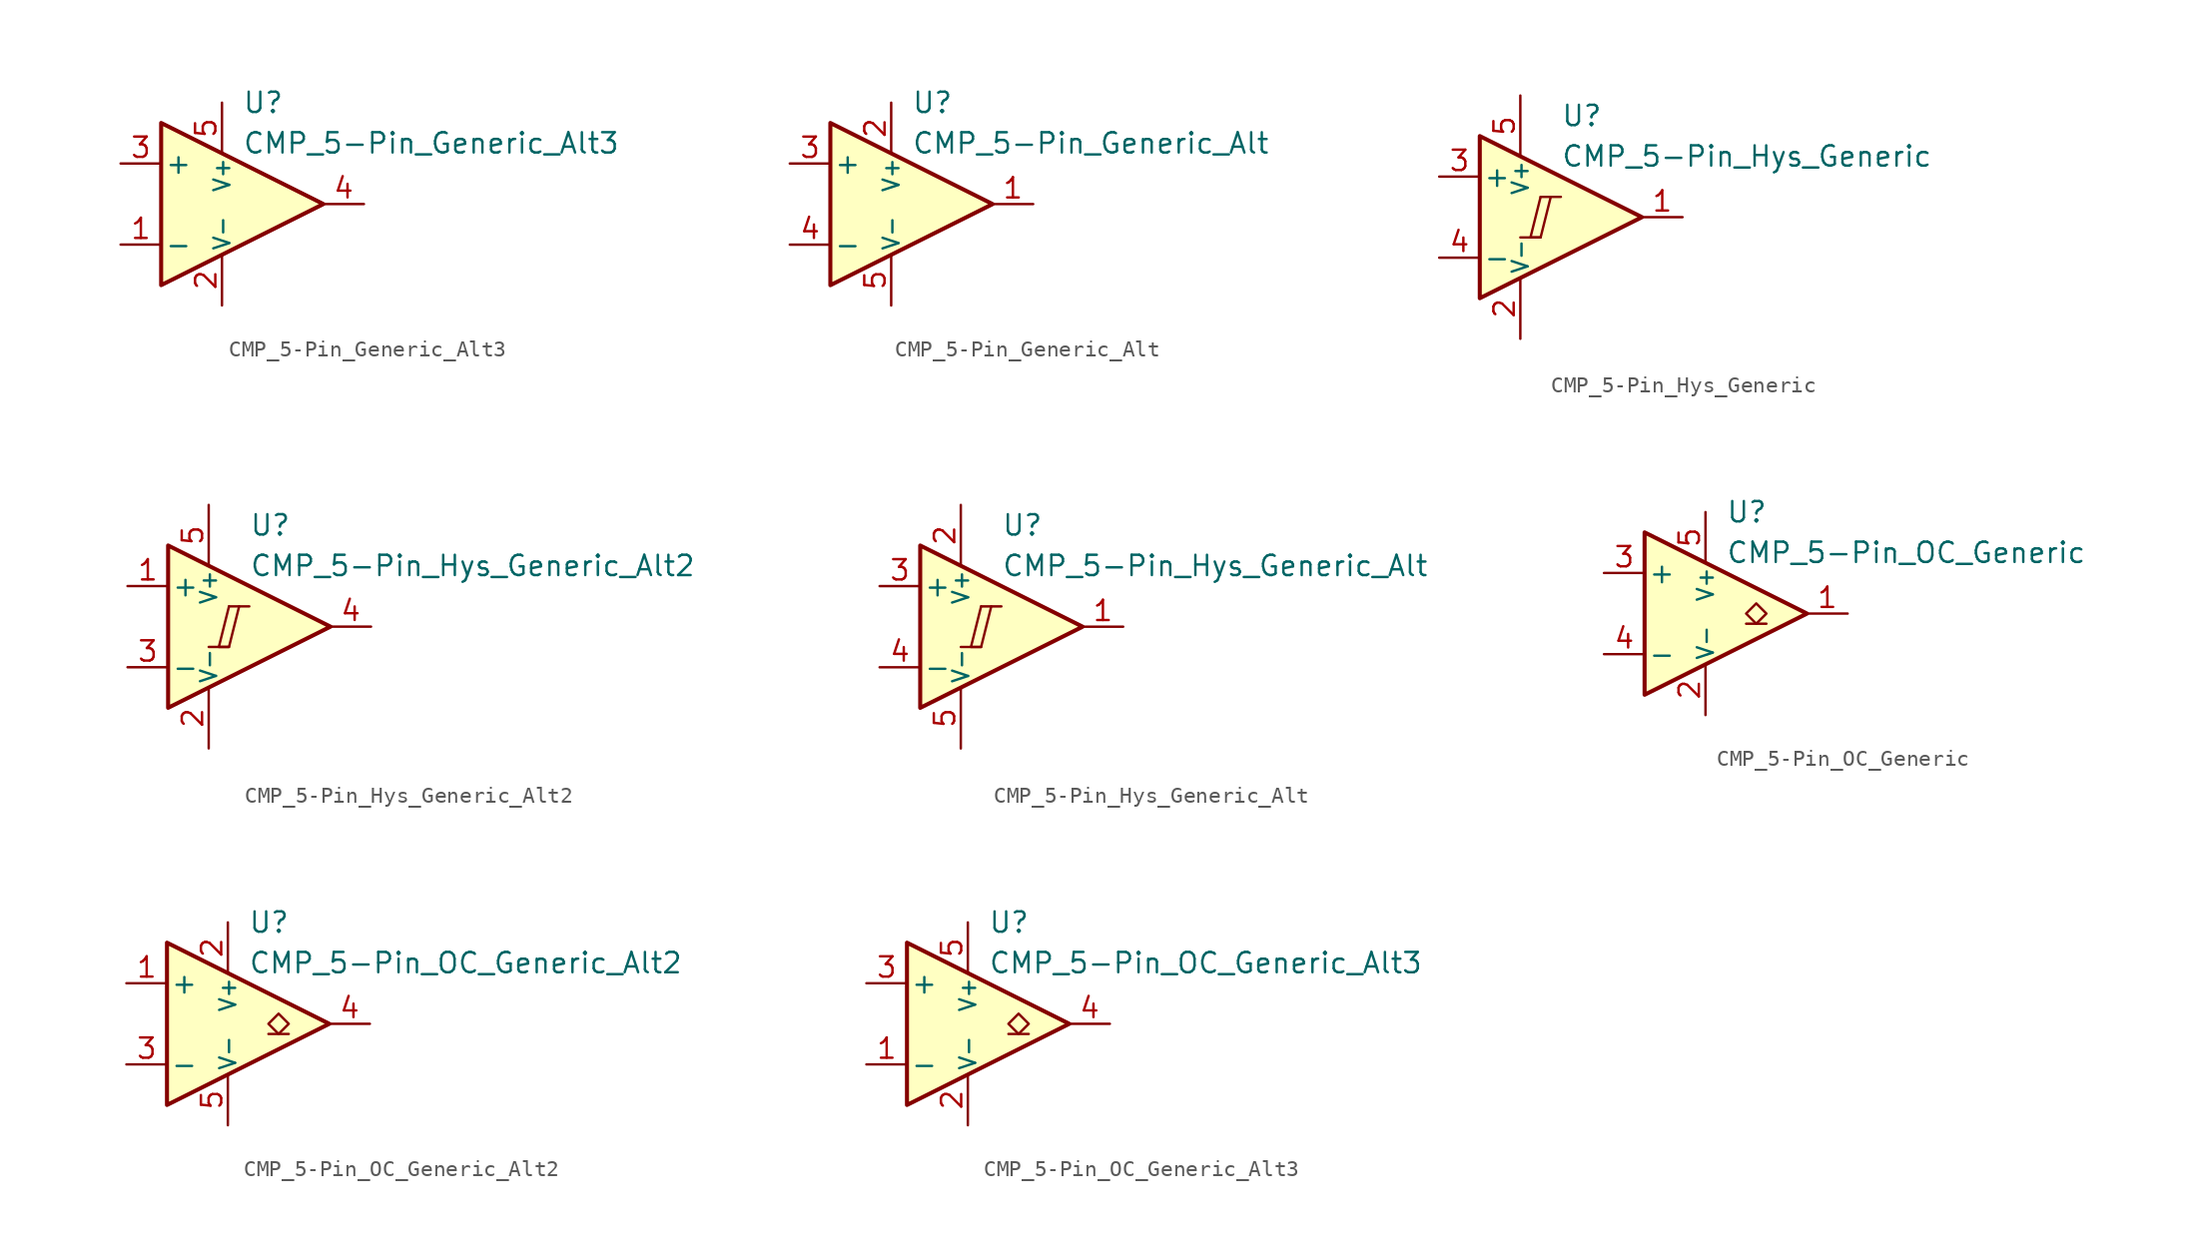
<source format=kicad_sym>
(kicad_symbol_lib
  (version 20231120)
  (generator "kicad_symbol_editor")
  (generator_version "8.0")
  (symbol "CMP_5-Pin_Generic_Alt3"
    (pin_names
      (offset 0.2))
    (property "Reference" "U"
      (at 1.27 6.35 0)
      (effects (font (size 1.27 1.27)) (justify left)))
    (property "Value" "CMP_5-Pin_Generic_Alt3"
      (at 1.27 3.81 0)
      (effects (font (size 1.27 1.27)) (justify left)))
    (symbol "CMP_5-Pin_Generic_Alt3_0_1"
      (polyline (pts (xy -3.81 5.08) (xy -3.81 -5.08) (xy 6.35 0) (xy -3.81 5.08)) (stroke (width 0.254) (type default)) (fill (type background))))
    (symbol "CMP_5-Pin_Generic_Alt3_1_1"
      (pin input line (at -6.35 -2.54 0) (length 2.54) (name "-" (effects (font (size 1.27 1.27)))) (number "1" (effects (font (size 1.27 1.27)))))
      (pin power_in line (at 0 -6.35 90) (length 3.18) (name "V-" (effects (font (size 1 1)))) (number "2" (effects (font (size 1.27 1.27)))))
      (pin input line (at -6.35 2.54 0) (length 2.54) (name "+" (effects (font (size 1.27 1.27)))) (number "3" (effects (font (size 1.27 1.27)))))
      (pin output line (at 8.89 0 180) (length 2.54) (name "~" (effects (font (size 1.27 1.27)))) (number "4" (effects (font (size 1.27 1.27)))))
      (pin power_in line (at 0 6.35 270) (length 3.18) (name "V+" (effects (font (size 1 1)))) (number "5" (effects (font (size 1.27 1.27)))))))
  (symbol "CMP_5-Pin_Generic_Alt"
    (pin_names
      (offset 0.2))
    (property "Reference" "U"
      (at 1.27 6.35 0)
      (effects (font (size 1.27 1.27)) (justify left)))
    (property "Value" "CMP_5-Pin_Generic_Alt"
      (at 1.27 3.81 0)
      (effects (font (size 1.27 1.27)) (justify left)))
    (symbol "CMP_5-Pin_Generic_Alt_0_1"
      (polyline (pts (xy -3.81 5.08) (xy -3.81 -5.08) (xy 6.35 0) (xy -3.81 5.08)) (stroke (width 0.254) (type default)) (fill (type background))))
    (symbol "CMP_5-Pin_Generic_Alt_1_1"
      (pin output line (at 8.89 0 180) (length 2.54) (name "~" (effects (font (size 1.27 1.27)))) (number "1" (effects (font (size 1.27 1.27)))))
      (pin power_in line (at 0 6.35 270) (length 3.18) (name "V+" (effects (font (size 1 1)))) (number "2" (effects (font (size 1.27 1.27)))))
      (pin input line (at -6.35 2.54 0) (length 2.54) (name "+" (effects (font (size 1.27 1.27)))) (number "3" (effects (font (size 1.27 1.27)))))
      (pin input line (at -6.35 -2.54 0) (length 2.54) (name "-" (effects (font (size 1.27 1.27)))) (number "4" (effects (font (size 1.27 1.27)))))
      (pin power_in line (at 0 -6.35 90) (length 3.18) (name "V-" (effects (font (size 1 1)))) (number "5" (effects (font (size 1.27 1.27)))))))
  (symbol "CMP_5-Pin_Hys_Generic"
    (pin_names
      (offset 0.2))
    (property "Reference" "U"
      (at 1.27 6.35 0)
      (effects (font (size 1.27 1.27)) (justify left)))
    (property "Value" "CMP_5-Pin_Hys_Generic"
      (at 1.27 3.81 0)
      (effects (font (size 1.27 1.27)) (justify left)))
    (symbol "CMP_5-Pin_Hys_Generic_0_0"
      (polyline (pts (xy -1.27 -1.27) (xy 0 -1.27)) (stroke (width 0.152) (type default)) (fill (type none)))
      (polyline (pts (xy 0 1.27) (xy 1.27 1.27)) (stroke (width 0.152) (type default)) (fill (type none)))
      (polyline (pts (xy 0 1.27) (xy -0.635 -1.27) (xy 0 -1.27) (xy 0.635 1.27)) (stroke (width 0.152) (type default)) (fill (type none))))
    (symbol "CMP_5-Pin_Hys_Generic_0_1"
      (polyline (pts (xy -3.81 5.08) (xy -3.81 -5.08) (xy 6.35 0) (xy -3.81 5.08)) (stroke (width 0.254) (type default)) (fill (type background))))
    (symbol "CMP_5-Pin_Hys_Generic_1_1"
      (pin output line (at 8.89 0 180) (length 2.54) (name "~" (effects (font (size 1.27 1.27)))) (number "1" (effects (font (size 1.27 1.27)))))
      (pin power_in line (at -1.27 -7.62 90) (length 3.81) (name "V-" (effects (font (size 1 1)))) (number "2" (effects (font (size 1.27 1.27)))))
      (pin input line (at -6.35 2.54 0) (length 2.54) (name "+" (effects (font (size 1.27 1.27)))) (number "3" (effects (font (size 1.27 1.27)))))
      (pin input line (at -6.35 -2.54 0) (length 2.54) (name "-" (effects (font (size 1.27 1.27)))) (number "4" (effects (font (size 1.27 1.27)))))
      (pin power_in line (at -1.27 7.62 270) (length 3.81) (name "V+" (effects (font (size 1 1)))) (number "5" (effects (font (size 1.27 1.27)))))))
  (symbol "CMP_5-Pin_Hys_Generic_Alt2"
    (pin_names
      (offset 0.2))
    (property "Reference" "U"
      (at 1.27 6.35 0)
      (effects (font (size 1.27 1.27)) (justify left)))
    (property "Value" "CMP_5-Pin_Hys_Generic_Alt2"
      (at 1.27 3.81 0)
      (effects (font (size 1.27 1.27)) (justify left)))
    (symbol "CMP_5-Pin_Hys_Generic_Alt2_0_0"
      (polyline (pts (xy -1.27 -1.27) (xy 0 -1.27)) (stroke (width 0.152) (type default)) (fill (type none)))
      (polyline (pts (xy 0 1.27) (xy 1.27 1.27)) (stroke (width 0.152) (type default)) (fill (type none)))
      (polyline (pts (xy 0 1.27) (xy -0.635 -1.27) (xy 0 -1.27) (xy 0.635 1.27)) (stroke (width 0.152) (type default)) (fill (type none))))
    (symbol "CMP_5-Pin_Hys_Generic_Alt2_0_1"
      (polyline (pts (xy -3.81 5.08) (xy -3.81 -5.08) (xy 6.35 0) (xy -3.81 5.08)) (stroke (width 0.254) (type default)) (fill (type background))))
    (symbol "CMP_5-Pin_Hys_Generic_Alt2_1_1"
      (pin input line (at -6.35 2.54 0) (length 2.54) (name "+" (effects (font (size 1.27 1.27)))) (number "1" (effects (font (size 1.27 1.27)))))
      (pin power_in line (at -1.27 -7.62 90) (length 3.81) (name "V-" (effects (font (size 1 1)))) (number "2" (effects (font (size 1.27 1.27)))))
      (pin input line (at -6.35 -2.54 0) (length 2.54) (name "-" (effects (font (size 1.27 1.27)))) (number "3" (effects (font (size 1.27 1.27)))))
      (pin output line (at 8.89 0 180) (length 2.54) (name "~" (effects (font (size 1.27 1.27)))) (number "4" (effects (font (size 1.27 1.27)))))
      (pin power_in line (at -1.27 7.62 270) (length 3.81) (name "V+" (effects (font (size 1 1)))) (number "5" (effects (font (size 1.27 1.27)))))))
  (symbol "CMP_5-Pin_Hys_Generic_Alt"
    (pin_names
      (offset 0.2))
    (property "Reference" "U"
      (at 1.27 6.35 0)
      (effects (font (size 1.27 1.27)) (justify left)))
    (property "Value" "CMP_5-Pin_Hys_Generic_Alt"
      (at 1.27 3.81 0)
      (effects (font (size 1.27 1.27)) (justify left)))
    (symbol "CMP_5-Pin_Hys_Generic_Alt_0_0"
      (polyline (pts (xy -1.27 -1.27) (xy 0 -1.27)) (stroke (width 0.152) (type default)) (fill (type none)))
      (polyline (pts (xy 0 1.27) (xy 1.27 1.27)) (stroke (width 0.152) (type default)) (fill (type none)))
      (polyline (pts (xy 0 1.27) (xy -0.635 -1.27) (xy 0 -1.27) (xy 0.635 1.27)) (stroke (width 0.152) (type default)) (fill (type none))))
    (symbol "CMP_5-Pin_Hys_Generic_Alt_0_1"
      (polyline (pts (xy -3.81 5.08) (xy -3.81 -5.08) (xy 6.35 0) (xy -3.81 5.08)) (stroke (width 0.254) (type default)) (fill (type background))))
    (symbol "CMP_5-Pin_Hys_Generic_Alt_1_1"
      (pin output line (at 8.89 0 180) (length 2.54) (name "~" (effects (font (size 1.27 1.27)))) (number "1" (effects (font (size 1.27 1.27)))))
      (pin power_in line (at -1.27 7.62 270) (length 3.81) (name "V+" (effects (font (size 1 1)))) (number "2" (effects (font (size 1.27 1.27)))))
      (pin input line (at -6.35 2.54 0) (length 2.54) (name "+" (effects (font (size 1.27 1.27)))) (number "3" (effects (font (size 1.27 1.27)))))
      (pin input line (at -6.35 -2.54 0) (length 2.54) (name "-" (effects (font (size 1.27 1.27)))) (number "4" (effects (font (size 1.27 1.27)))))
      (pin power_in line (at -1.27 -7.62 90) (length 3.81) (name "V-" (effects (font (size 1 1)))) (number "5" (effects (font (size 1.27 1.27)))))))
  (symbol "CMP_5-Pin_OC_Generic"
    (pin_names
      (offset 0.2))
    (property "Reference" "U"
      (at 1.27 6.35 0)
      (effects (font (size 1.27 1.27)) (justify left)))
    (property "Value" "CMP_5-Pin_OC_Generic"
      (at 1.27 3.81 0)
      (effects (font (size 1.27 1.27)) (justify left)))
    (symbol "CMP_5-Pin_OC_Generic_0_1"
      (polyline (pts (xy -3.81 5.08) (xy -3.81 -5.08) (xy 6.35 0) (xy -3.81 5.08)) (stroke (width 0.254) (type default)) (fill (type background))))
    (symbol "CMP_5-Pin_OC_Generic_1_1"
      (polyline (pts (xy 3.81 -0.635) (xy 2.54 -0.635)) (stroke (width 0.152) (type default)) (fill (type none)))
      (polyline (pts (xy 3.175 -0.635) (xy 2.54 0) (xy 3.175 0.635) (xy 3.81 0) (xy 3.175 -0.635)) (stroke (width 0.152) (type default)) (fill (type none)))
      (pin open_collector line (at 8.89 0 180) (length 2.54) (name "~" (effects (font (size 1.27 1.27)))) (number "1" (effects (font (size 1.27 1.27)))))
      (pin power_in line (at 0 -6.35 90) (length 3.18) (name "V-" (effects (font (size 1 1)))) (number "2" (effects (font (size 1.27 1.27)))))
      (pin input line (at -6.35 2.54 0) (length 2.54) (name "+" (effects (font (size 1.27 1.27)))) (number "3" (effects (font (size 1.27 1.27)))))
      (pin input line (at -6.35 -2.54 0) (length 2.54) (name "-" (effects (font (size 1.27 1.27)))) (number "4" (effects (font (size 1.27 1.27)))))
      (pin power_in line (at 0 6.35 270) (length 3.18) (name "V+" (effects (font (size 1 1)))) (number "5" (effects (font (size 1.27 1.27)))))))
  (symbol "CMP_5-Pin_OC_Generic_Alt2"
    (pin_names
      (offset 0.2))
    (property "Reference" "U"
      (at 1.27 6.35 0)
      (effects (font (size 1.27 1.27)) (justify left)))
    (property "Value" "CMP_5-Pin_OC_Generic_Alt2"
      (at 1.27 3.81 0)
      (effects (font (size 1.27 1.27)) (justify left)))
    (symbol "CMP_5-Pin_OC_Generic_Alt2_0_1"
      (polyline (pts (xy -3.81 5.08) (xy -3.81 -5.08) (xy 6.35 0) (xy -3.81 5.08)) (stroke (width 0.254) (type default)) (fill (type background))))
    (symbol "CMP_5-Pin_OC_Generic_Alt2_1_1"
      (polyline (pts (xy 3.81 -0.635) (xy 2.54 -0.635)) (stroke (width 0.152) (type default)) (fill (type none)))
      (polyline (pts (xy 3.175 -0.635) (xy 2.54 0) (xy 3.175 0.635) (xy 3.81 0) (xy 3.175 -0.635)) (stroke (width 0.152) (type default)) (fill (type none)))
      (pin input line (at -6.35 2.54 0) (length 2.54) (name "+" (effects (font (size 1.27 1.27)))) (number "1" (effects (font (size 1.27 1.27)))))
      (pin power_in line (at 0 6.35 270) (length 3.18) (name "V+" (effects (font (size 1 1)))) (number "2" (effects (font (size 1.27 1.27)))))
      (pin input line (at -6.35 -2.54 0) (length 2.54) (name "-" (effects (font (size 1.27 1.27)))) (number "3" (effects (font (size 1.27 1.27)))))
      (pin open_collector line (at 8.89 0 180) (length 2.54) (name "~" (effects (font (size 1.27 1.27)))) (number "4" (effects (font (size 1.27 1.27)))))
      (pin power_in line (at 0 -6.35 90) (length 3.18) (name "V-" (effects (font (size 1 1)))) (number "5" (effects (font (size 1.27 1.27)))))))
  (symbol "CMP_5-Pin_OC_Generic_Alt3"
    (pin_names
      (offset 0.2))
    (property "Reference" "U"
      (at 1.27 6.35 0)
      (effects (font (size 1.27 1.27)) (justify left)))
    (property "Value" "CMP_5-Pin_OC_Generic_Alt3"
      (at 1.27 3.81 0)
      (effects (font (size 1.27 1.27)) (justify left)))
    (symbol "CMP_5-Pin_OC_Generic_Alt3_0_1"
      (polyline (pts (xy -3.81 5.08) (xy -3.81 -5.08) (xy 6.35 0) (xy -3.81 5.08)) (stroke (width 0.254) (type default)) (fill (type background))))
    (symbol "CMP_5-Pin_OC_Generic_Alt3_1_1"
      (polyline (pts (xy 3.81 -0.635) (xy 2.54 -0.635)) (stroke (width 0.152) (type default)) (fill (type none)))
      (polyline (pts (xy 3.175 -0.635) (xy 2.54 0) (xy 3.175 0.635) (xy 3.81 0) (xy 3.175 -0.635)) (stroke (width 0.152) (type default)) (fill (type none)))
      (pin input line (at -6.35 -2.54 0) (length 2.54) (name "-" (effects (font (size 1.27 1.27)))) (number "1" (effects (font (size 1.27 1.27)))))
      (pin power_in line (at 0 -6.35 90) (length 3.18) (name "V-" (effects (font (size 1 1)))) (number "2" (effects (font (size 1.27 1.27)))))
      (pin input line (at -6.35 2.54 0) (length 2.54) (name "+" (effects (font (size 1.27 1.27)))) (number "3" (effects (font (size 1.27 1.27)))))
      (pin open_collector line (at 8.89 0 180) (length 2.54) (name "~" (effects (font (size 1.27 1.27)))) (number "4" (effects (font (size 1.27 1.27)))))
      (pin power_in line (at 0 6.35 270) (length 3.18) (name "V+" (effects (font (size 1 1)))) (number "5" (effects (font (size 1.27 1.27))))))))
</source>
